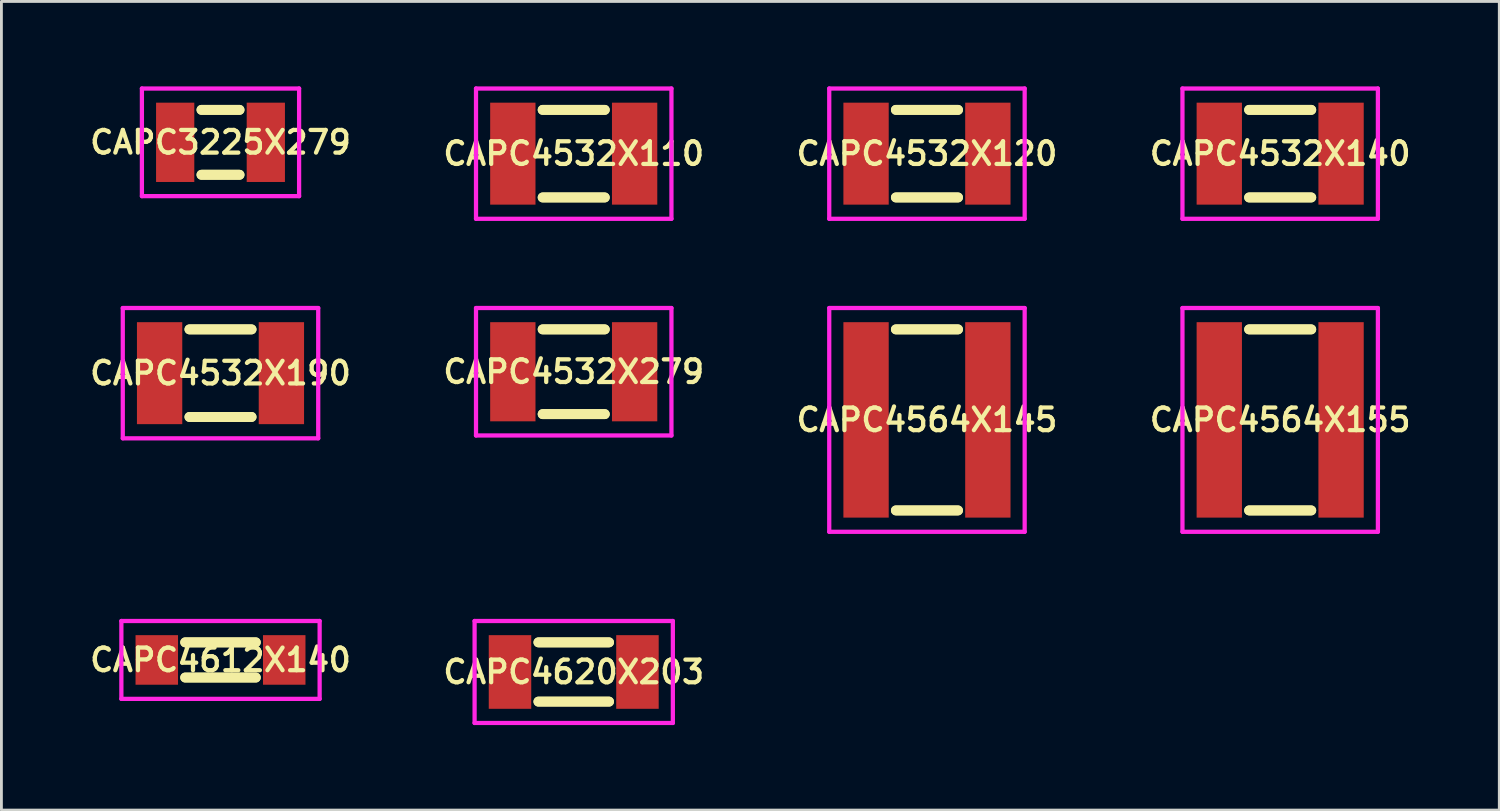
<source format=kicad_pcb>
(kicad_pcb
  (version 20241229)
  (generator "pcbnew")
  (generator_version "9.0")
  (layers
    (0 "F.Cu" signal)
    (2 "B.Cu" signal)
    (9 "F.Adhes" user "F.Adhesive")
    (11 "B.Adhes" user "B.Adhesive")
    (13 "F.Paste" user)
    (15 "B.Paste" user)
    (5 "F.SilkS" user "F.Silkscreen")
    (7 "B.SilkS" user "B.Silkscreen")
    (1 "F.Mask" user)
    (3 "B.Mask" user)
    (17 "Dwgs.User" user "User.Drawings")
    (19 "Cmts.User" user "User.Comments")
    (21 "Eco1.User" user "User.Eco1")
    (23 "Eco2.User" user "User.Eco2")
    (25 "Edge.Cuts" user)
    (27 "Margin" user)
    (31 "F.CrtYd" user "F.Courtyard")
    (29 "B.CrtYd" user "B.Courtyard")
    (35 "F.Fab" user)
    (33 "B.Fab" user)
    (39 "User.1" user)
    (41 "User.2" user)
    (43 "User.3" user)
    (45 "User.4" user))
  (footprint "CAPC4532X140"
    (layer "F.Cu")
    (at 42.148 2.375)
    (property "Reference" "CAPC4532X140" (at 0 0 0) (layer "F.SilkS") (effects (font (size 0.8 0.8) (thickness 0.15))))
    (attr smd)
    (fp_line (start -1.096 -1.546) (end 1.096 -1.546) (stroke (width 0.35) (type solid)) (layer "F.SilkS"))
    (fp_line (start -1.096 1.546) (end 1.096 1.546) (stroke (width 0.35) (type solid)) (layer "F.SilkS"))
    (fp_line (start 1.096 -1.546) (end -1.096 -1.546) (stroke (width 0.35) (type solid)) (layer "F.SilkS"))
    (fp_line (start 1.096 1.546) (end -1.096 1.546) (stroke (width 0.35) (type solid)) (layer "F.SilkS"))
    (fp_line (start -3.45 -2.3) (end 3.45 -2.3) (stroke (width 0.15) (type solid)) (layer "F.CrtYd"))
    (fp_line (start -3.45 2.3) (end -3.45 -2.3) (stroke (width 0.15) (type solid)) (layer "F.CrtYd"))
    (fp_line (start 3.45 -2.3) (end 3.45 2.3) (stroke (width 0.15) (type solid)) (layer "F.CrtYd"))
    (fp_line (start 3.45 2.3) (end -3.45 2.3) (stroke (width 0.15) (type solid)) (layer "F.CrtYd"))
    (pad "1" smd rect (at -2.15 0) (size 1.6 3.6) (layers "F.Cu" "F.Mask" "F.Paste"))
    (pad "2" smd rect (at 2.15 0) (size 1.6 3.6) (layers "F.Cu" "F.Mask" "F.Paste")))
  (footprint "CAPC3225X279"
    (layer "F.Cu")
    (at 4.735 1.975)
    (property "Reference" "CAPC3225X279" (at 0 0 0) (layer "F.SilkS") (effects (font (size 0.8 0.8) (thickness 0.15))))
    (attr smd)
    (fp_line (start -0.671 -1.146) (end 0.671 -1.146) (stroke (width 0.35) (type solid)) (layer "F.SilkS"))
    (fp_line (start -0.671 1.146) (end 0.671 1.146) (stroke (width 0.35) (type solid)) (layer "F.SilkS"))
    (fp_line (start 0.671 -1.146) (end -0.671 -1.146) (stroke (width 0.35) (type solid)) (layer "F.SilkS"))
    (fp_line (start 0.671 1.146) (end -0.671 1.146) (stroke (width 0.35) (type solid)) (layer "F.SilkS"))
    (fp_line (start -2.775 -1.9) (end 2.775 -1.9) (stroke (width 0.15) (type solid)) (layer "F.CrtYd"))
    (fp_line (start -2.775 1.9) (end -2.775 -1.9) (stroke (width 0.15) (type solid)) (layer "F.CrtYd"))
    (fp_line (start 2.775 -1.9) (end 2.775 1.9) (stroke (width 0.15) (type solid)) (layer "F.CrtYd"))
    (fp_line (start 2.775 1.9) (end -2.775 1.9) (stroke (width 0.15) (type solid)) (layer "F.CrtYd"))
    (pad "1" smd rect (at -1.6 0) (size 1.35 2.8) (layers "F.Cu" "F.Mask" "F.Paste"))
    (pad "2" smd rect (at 1.6 0) (size 1.35 2.8) (layers "F.Cu" "F.Mask" "F.Paste")))
  (footprint "CAPC4532X279"
    (layer "F.Cu")
    (at 17.206 10.075)
    (property "Reference" "CAPC4532X279" (at 0 0 0) (layer "F.SilkS") (effects (font (size 0.8 0.8) (thickness 0.15))))
    (attr smd)
    (fp_line (start -1.096 -1.496) (end 1.096 -1.496) (stroke (width 0.35) (type solid)) (layer "F.SilkS"))
    (fp_line (start -1.096 1.496) (end 1.096 1.496) (stroke (width 0.35) (type solid)) (layer "F.SilkS"))
    (fp_line (start 1.096 -1.496) (end -1.096 -1.496) (stroke (width 0.35) (type solid)) (layer "F.SilkS"))
    (fp_line (start 1.096 1.496) (end -1.096 1.496) (stroke (width 0.35) (type solid)) (layer "F.SilkS"))
    (fp_line (start -3.45 -2.25) (end 3.45 -2.25) (stroke (width 0.15) (type solid)) (layer "F.CrtYd"))
    (fp_line (start -3.45 2.25) (end -3.45 -2.25) (stroke (width 0.15) (type solid)) (layer "F.CrtYd"))
    (fp_line (start 3.45 -2.25) (end 3.45 2.25) (stroke (width 0.15) (type solid)) (layer "F.CrtYd"))
    (fp_line (start 3.45 2.25) (end -3.45 2.25) (stroke (width 0.15) (type solid)) (layer "F.CrtYd"))
    (pad "1" smd rect (at -2.15 0) (size 1.6 3.5) (layers "F.Cu" "F.Mask" "F.Paste"))
    (pad "2" smd rect (at 2.15 0) (size 1.6 3.5) (layers "F.Cu" "F.Mask" "F.Paste")))
  (footprint "CAPC4620X203"
    (layer "F.Cu")
    (at 17.206 20.675)
    (property "Reference" "CAPC4620X203" (at 0 0 0) (layer "F.SilkS") (effects (font (size 0.8 0.8) (thickness 0.15))))
    (attr through_hole)
    (fp_line (start -1.246 -1.046) (end 1.246 -1.046) (stroke (width 0.35) (type solid)) (layer "F.SilkS"))
    (fp_line (start -1.246 1.046) (end 1.246 1.046) (stroke (width 0.35) (type solid)) (layer "F.SilkS"))
    (fp_line (start 1.246 -1.046) (end -1.246 -1.046) (stroke (width 0.35) (type solid)) (layer "F.SilkS"))
    (fp_line (start 1.246 1.046) (end -1.246 1.046) (stroke (width 0.35) (type solid)) (layer "F.SilkS"))
    (fp_line (start -3.5 -1.8) (end 3.5 -1.8) (stroke (width 0.15) (type solid)) (layer "F.CrtYd"))
    (fp_line (start -3.5 1.8) (end -3.5 -1.8) (stroke (width 0.15) (type solid)) (layer "F.CrtYd"))
    (fp_line (start 3.5 -1.8) (end 3.5 1.8) (stroke (width 0.15) (type solid)) (layer "F.CrtYd"))
    (fp_line (start 3.5 1.8) (end -3.5 1.8) (stroke (width 0.15) (type solid)) (layer "F.CrtYd"))
    (pad "1" smd rect (at -2.25 0) (size 1.5 2.6) (layers "F.Cu" "F.Mask" "F.Paste"))
    (pad "2" smd rect (at 2.25 0) (size 1.5 2.6) (layers "F.Cu" "F.Mask" "F.Paste")))
  (footprint "CAPC4532X190"
    (layer "F.Cu")
    (at 4.735 10.125)
    (property "Reference" "CAPC4532X190" (at 0 0 0) (layer "F.SilkS") (effects (font (size 0.8 0.8) (thickness 0.15))))
    (attr through_hole)
    (fp_line (start -1.096 -1.546) (end 1.096 -1.546) (stroke (width 0.35) (type solid)) (layer "F.SilkS"))
    (fp_line (start -1.096 1.546) (end 1.096 1.546) (stroke (width 0.35) (type solid)) (layer "F.SilkS"))
    (fp_line (start 1.096 -1.546) (end -1.096 -1.546) (stroke (width 0.35) (type solid)) (layer "F.SilkS"))
    (fp_line (start 1.096 1.546) (end -1.096 1.546) (stroke (width 0.35) (type solid)) (layer "F.SilkS"))
    (fp_line (start -3.45 -2.3) (end 3.45 -2.3) (stroke (width 0.15) (type solid)) (layer "F.CrtYd"))
    (fp_line (start -3.45 2.3) (end -3.45 -2.3) (stroke (width 0.15) (type solid)) (layer "F.CrtYd"))
    (fp_line (start 3.45 -2.3) (end 3.45 2.3) (stroke (width 0.15) (type solid)) (layer "F.CrtYd"))
    (fp_line (start 3.45 2.3) (end -3.45 2.3) (stroke (width 0.15) (type solid)) (layer "F.CrtYd"))
    (pad "1" smd rect (at -2.15 0) (size 1.6 3.6) (layers "F.Cu" "F.Mask" "F.Paste"))
    (pad "2" smd rect (at 2.15 0) (size 1.6 3.6) (layers "F.Cu" "F.Mask" "F.Paste")))
  (footprint "CAPC4532X110"
    (layer "F.Cu")
    (at 17.206 2.375)
    (property "Reference" "CAPC4532X110" (at 0 0 0) (layer "F.SilkS") (effects (font (size 0.8 0.8) (thickness 0.15))))
    (attr through_hole)
    (fp_line (start -1.096 -1.546) (end 1.096 -1.546) (stroke (width 0.35) (type solid)) (layer "F.SilkS"))
    (fp_line (start -1.096 1.546) (end 1.096 1.546) (stroke (width 0.35) (type solid)) (layer "F.SilkS"))
    (fp_line (start 1.096 -1.546) (end -1.096 -1.546) (stroke (width 0.35) (type solid)) (layer "F.SilkS"))
    (fp_line (start 1.096 1.546) (end -1.096 1.546) (stroke (width 0.35) (type solid)) (layer "F.SilkS"))
    (fp_line (start -3.45 -2.3) (end 3.45 -2.3) (stroke (width 0.15) (type solid)) (layer "F.CrtYd"))
    (fp_line (start -3.45 2.3) (end -3.45 -2.3) (stroke (width 0.15) (type solid)) (layer "F.CrtYd"))
    (fp_line (start 3.45 -2.3) (end 3.45 2.3) (stroke (width 0.15) (type solid)) (layer "F.CrtYd"))
    (fp_line (start 3.45 2.3) (end -3.45 2.3) (stroke (width 0.15) (type solid)) (layer "F.CrtYd"))
    (pad "1" smd rect (at -2.15 0) (size 1.6 3.6) (layers "F.Cu" "F.Mask" "F.Paste"))
    (pad "2" smd rect (at 2.15 0) (size 1.6 3.6) (layers "F.Cu" "F.Mask" "F.Paste")))
  (footprint "CAPC4564X145"
    (layer "F.Cu")
    (at 29.677 11.775)
    (property "Reference" "CAPC4564X145" (at 0 0 0) (layer "F.SilkS") (effects (font (size 0.8 0.8) (thickness 0.15))))
    (attr smd)
    (fp_line (start -1.096 -3.196) (end 1.096 -3.196) (stroke (width 0.35) (type solid)) (layer "F.SilkS"))
    (fp_line (start -1.096 3.196) (end 1.096 3.196) (stroke (width 0.35) (type solid)) (layer "F.SilkS"))
    (fp_line (start 1.096 -3.196) (end -1.096 -3.196) (stroke (width 0.35) (type solid)) (layer "F.SilkS"))
    (fp_line (start 1.096 3.196) (end -1.096 3.196) (stroke (width 0.35) (type solid)) (layer "F.SilkS"))
    (fp_line (start -3.45 -3.95) (end 3.45 -3.95) (stroke (width 0.15) (type solid)) (layer "F.CrtYd"))
    (fp_line (start -3.45 3.95) (end -3.45 -3.95) (stroke (width 0.15) (type solid)) (layer "F.CrtYd"))
    (fp_line (start 3.45 -3.95) (end 3.45 3.95) (stroke (width 0.15) (type solid)) (layer "F.CrtYd"))
    (fp_line (start 3.45 3.95) (end -3.45 3.95) (stroke (width 0.15) (type solid)) (layer "F.CrtYd"))
    (pad "1" smd rect (at -2.15 0) (size 1.6 6.9) (layers "F.Cu" "F.Mask" "F.Paste"))
    (pad "2" smd rect (at 2.15 0) (size 1.6 6.9) (layers "F.Cu" "F.Mask" "F.Paste")))
  (footprint "CAPC4532X120"
    (layer "F.Cu")
    (at 29.677 2.375)
    (property "Reference" "CAPC4532X120" (at 0 0 0) (layer "F.SilkS") (effects (font (size 0.8 0.8) (thickness 0.15))))
    (attr through_hole)
    (fp_line (start -1.096 -1.546) (end 1.096 -1.546) (stroke (width 0.35) (type solid)) (layer "F.SilkS"))
    (fp_line (start -1.096 1.546) (end 1.096 1.546) (stroke (width 0.35) (type solid)) (layer "F.SilkS"))
    (fp_line (start 1.096 -1.546) (end -1.096 -1.546) (stroke (width 0.35) (type solid)) (layer "F.SilkS"))
    (fp_line (start 1.096 1.546) (end -1.096 1.546) (stroke (width 0.35) (type solid)) (layer "F.SilkS"))
    (fp_line (start -3.45 -2.3) (end 3.45 -2.3) (stroke (width 0.15) (type solid)) (layer "F.CrtYd"))
    (fp_line (start -3.45 2.3) (end -3.45 -2.3) (stroke (width 0.15) (type solid)) (layer "F.CrtYd"))
    (fp_line (start 3.45 -2.3) (end 3.45 2.3) (stroke (width 0.15) (type solid)) (layer "F.CrtYd"))
    (fp_line (start 3.45 2.3) (end -3.45 2.3) (stroke (width 0.15) (type solid)) (layer "F.CrtYd"))
    (pad "1" smd rect (at -2.15 0) (size 1.6 3.6) (layers "F.Cu" "F.Mask" "F.Paste"))
    (pad "2" smd rect (at 2.15 0) (size 1.6 3.6) (layers "F.Cu" "F.Mask" "F.Paste")))
  (footprint "CAPC4612X140"
    (layer "F.Cu")
    (at 4.735 20.25)
    (property "Reference" "CAPC4612X140" (at 0 0 0) (layer "F.SilkS") (effects (font (size 0.8 0.8) (thickness 0.15))))
    (attr smd)
    (fp_line (start -1.246 -0.621) (end 1.246 -0.621) (stroke (width 0.35) (type solid)) (layer "F.SilkS"))
    (fp_line (start -1.246 0.621) (end 1.246 0.621) (stroke (width 0.35) (type solid)) (layer "F.SilkS"))
    (fp_line (start 1.246 -0.621) (end -1.246 -0.621) (stroke (width 0.35) (type solid)) (layer "F.SilkS"))
    (fp_line (start 1.246 0.621) (end -1.246 0.621) (stroke (width 0.35) (type solid)) (layer "F.SilkS"))
    (fp_line (start -3.5 -1.375) (end 3.5 -1.375) (stroke (width 0.15) (type solid)) (layer "F.CrtYd"))
    (fp_line (start -3.5 1.375) (end -3.5 -1.375) (stroke (width 0.15) (type solid)) (layer "F.CrtYd"))
    (fp_line (start 3.5 -1.375) (end 3.5 1.375) (stroke (width 0.15) (type solid)) (layer "F.CrtYd"))
    (fp_line (start 3.5 1.375) (end -3.5 1.375) (stroke (width 0.15) (type solid)) (layer "F.CrtYd"))
    (pad "1" smd rect (at -2.25 0) (size 1.5 1.75) (layers "F.Cu" "F.Mask" "F.Paste"))
    (pad "2" smd rect (at 2.25 0) (size 1.5 1.75) (layers "F.Cu" "F.Mask" "F.Paste")))
  (footprint "CAPC4564X155"
    (layer "F.Cu")
    (at 42.148 11.775)
    (property "Reference" "CAPC4564X155" (at 0 0 0) (layer "F.SilkS") (effects (font (size 0.8 0.8) (thickness 0.15))))
    (attr through_hole)
    (fp_line (start -1.096 -3.196) (end 1.096 -3.196) (stroke (width 0.35) (type solid)) (layer "F.SilkS"))
    (fp_line (start -1.096 3.196) (end 1.096 3.196) (stroke (width 0.35) (type solid)) (layer "F.SilkS"))
    (fp_line (start 1.096 -3.196) (end -1.096 -3.196) (stroke (width 0.35) (type solid)) (layer "F.SilkS"))
    (fp_line (start 1.096 3.196) (end -1.096 3.196) (stroke (width 0.35) (type solid)) (layer "F.SilkS"))
    (fp_line (start -3.45 -3.95) (end 3.45 -3.95) (stroke (width 0.15) (type solid)) (layer "F.CrtYd"))
    (fp_line (start -3.45 3.95) (end -3.45 -3.95) (stroke (width 0.15) (type solid)) (layer "F.CrtYd"))
    (fp_line (start 3.45 -3.95) (end 3.45 3.95) (stroke (width 0.15) (type solid)) (layer "F.CrtYd"))
    (fp_line (start 3.45 3.95) (end -3.45 3.95) (stroke (width 0.15) (type solid)) (layer "F.CrtYd"))
    (pad "1" smd rect (at -2.15 0) (size 1.6 6.9) (layers "F.Cu" "F.Mask" "F.Paste"))
    (pad "2" smd rect (at 2.15 0) (size 1.6 6.9) (layers "F.Cu" "F.Mask" "F.Paste")))
  (gr_rect
    (start -3 -3)
    (end 49.884 25.55)
    (stroke (width 0.1) (type default))
    (fill no)
    (layer "Edge.Cuts")))
</source>
